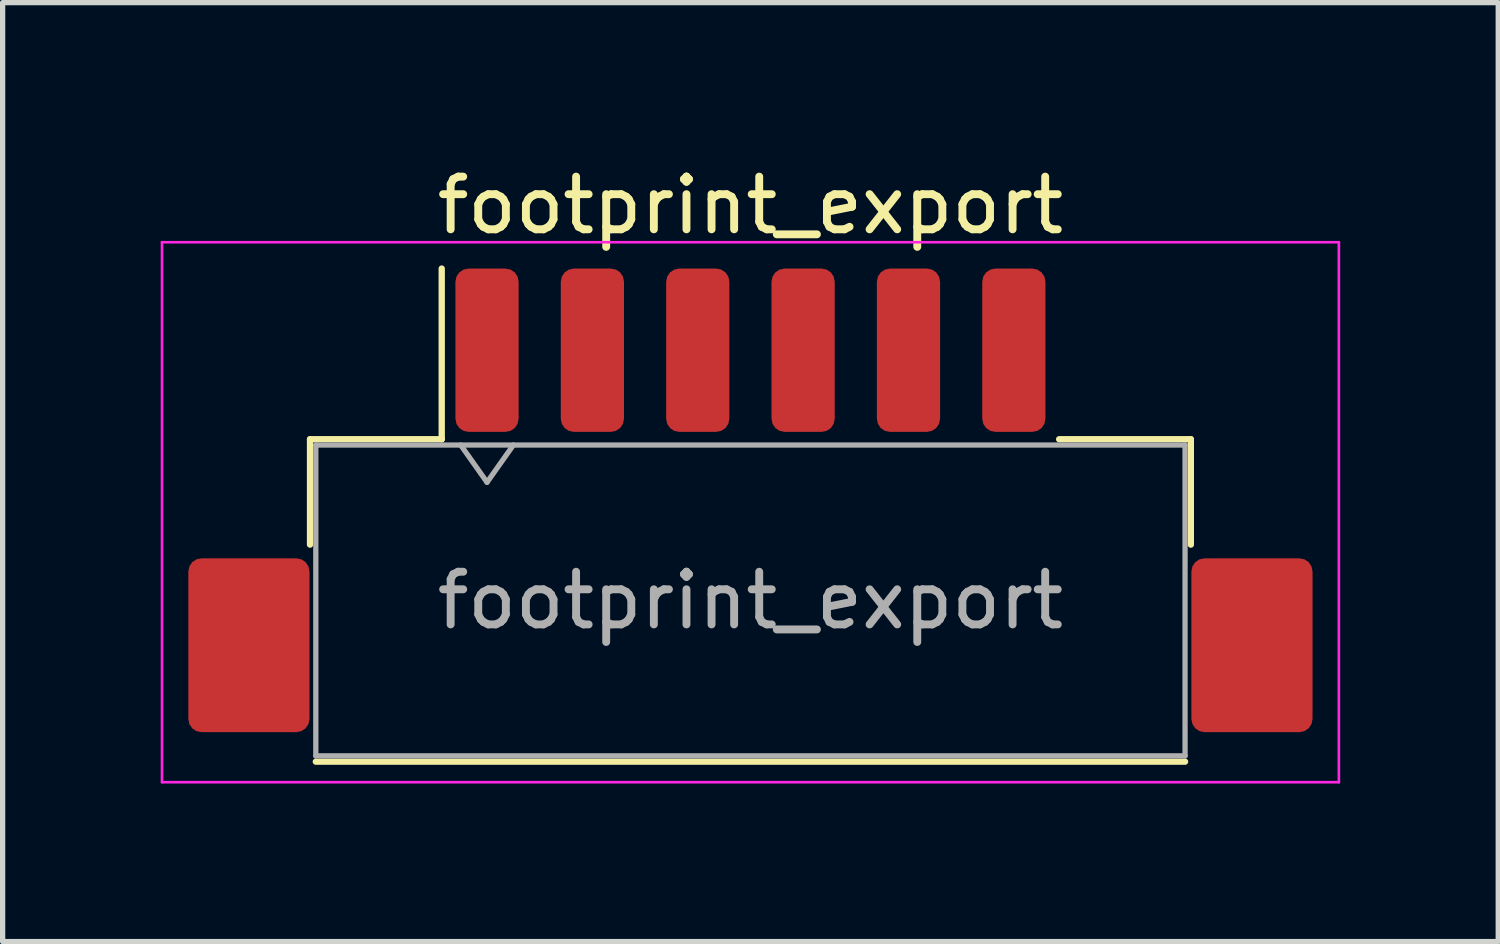
<source format=kicad_pcb>
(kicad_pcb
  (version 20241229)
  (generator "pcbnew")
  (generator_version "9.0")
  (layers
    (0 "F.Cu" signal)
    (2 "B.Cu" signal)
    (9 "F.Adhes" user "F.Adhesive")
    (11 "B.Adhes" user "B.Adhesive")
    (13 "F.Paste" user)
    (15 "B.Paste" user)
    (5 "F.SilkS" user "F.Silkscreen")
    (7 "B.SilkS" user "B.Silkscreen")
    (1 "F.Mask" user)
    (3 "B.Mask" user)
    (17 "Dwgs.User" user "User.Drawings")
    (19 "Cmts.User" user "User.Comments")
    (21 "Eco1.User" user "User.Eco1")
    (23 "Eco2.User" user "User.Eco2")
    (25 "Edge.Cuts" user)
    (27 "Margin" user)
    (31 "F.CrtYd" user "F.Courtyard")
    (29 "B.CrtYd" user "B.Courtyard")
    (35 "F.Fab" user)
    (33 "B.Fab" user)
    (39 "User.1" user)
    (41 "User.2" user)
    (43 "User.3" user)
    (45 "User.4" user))
  (footprint "footprint_export"
    (layer "F.Cu")
    (at 11.195 6.448)
    (property "Reference" "footprint_export" (at 0 -5.6 0) (layer "F.SilkS") (effects (font (size 1 1) (thickness 0.15))))
    (attr smd)
    (fp_line (start -8.36 -1.16) (end -5.86 -1.16) (stroke (width 0.12) (type solid)) (layer "F.SilkS"))
    (fp_line (start -8.36 0.84) (end -8.36 -1.16) (stroke (width 0.12) (type solid)) (layer "F.SilkS"))
    (fp_line (start -8.25 4.96) (end 8.25 4.96) (stroke (width 0.12) (type solid)) (layer "F.SilkS"))
    (fp_line (start -5.86 -1.16) (end -5.86 -4.4) (stroke (width 0.12) (type solid)) (layer "F.SilkS"))
    (fp_line (start 8.36 -1.16) (end 5.86 -1.16) (stroke (width 0.12) (type solid)) (layer "F.SilkS"))
    (fp_line (start 8.36 0.84) (end 8.36 -1.16) (stroke (width 0.12) (type solid)) (layer "F.SilkS"))
    (fp_line (start -11.17 -4.9) (end -11.17 5.35) (stroke (width 0.05) (type solid)) (layer "F.CrtYd"))
    (fp_line (start -11.17 5.35) (end 11.17 5.35) (stroke (width 0.05) (type solid)) (layer "F.CrtYd"))
    (fp_line (start 11.17 -4.9) (end -11.17 -4.9) (stroke (width 0.05) (type solid)) (layer "F.CrtYd"))
    (fp_line (start 11.17 5.35) (end 11.17 -4.9) (stroke (width 0.05) (type solid)) (layer "F.CrtYd"))
    (fp_line (start -8.25 -1.05) (end -8.25 4.85) (stroke (width 0.1) (type solid)) (layer "F.Fab"))
    (fp_line (start -8.25 -1.05) (end 8.25 -1.05) (stroke (width 0.1) (type solid)) (layer "F.Fab"))
    (fp_line (start -8.25 4.85) (end 8.25 4.85) (stroke (width 0.1) (type solid)) (layer "F.Fab"))
    (fp_line (start -5.5 -1.05) (end -5 -0.343) (stroke (width 0.1) (type solid)) (layer "F.Fab"))
    (fp_line (start -5 -0.343) (end -4.5 -1.05) (stroke (width 0.1) (type solid)) (layer "F.Fab"))
    (fp_line (start 8.25 -1.05) (end 8.25 4.85) (stroke (width 0.1) (type solid)) (layer "F.Fab"))
    (fp_text user "${REFERENCE}" (at 0 1.9 0) (layer "F.Fab") (effects (font (size 1 1) (thickness 0.15))))
    (pad "1" smd roundrect (at -5 -2.85) (size 1.2 3.1) (layers "F.Cu" "F.Mask" "F.Paste") (roundrect_rratio 0.208))
    (pad "2" smd roundrect (at -3 -2.85) (size 1.2 3.1) (layers "F.Cu" "F.Mask" "F.Paste") (roundrect_rratio 0.208))
    (pad "3" smd roundrect (at -1 -2.85) (size 1.2 3.1) (layers "F.Cu" "F.Mask" "F.Paste") (roundrect_rratio 0.208))
    (pad "4" smd roundrect (at 1 -2.85) (size 1.2 3.1) (layers "F.Cu" "F.Mask" "F.Paste") (roundrect_rratio 0.208))
    (pad "5" smd roundrect (at 3 -2.85) (size 1.2 3.1) (layers "F.Cu" "F.Mask" "F.Paste") (roundrect_rratio 0.208))
    (pad "6" smd roundrect (at 5 -2.85) (size 1.2 3.1) (layers "F.Cu" "F.Mask" "F.Paste") (roundrect_rratio 0.208))
    (pad "MP" smd roundrect (at -9.52 2.75) (size 2.3 3.3) (layers "F.Cu" "F.Mask" "F.Paste") (roundrect_rratio 0.109))
    (pad "MP" smd roundrect (at 9.52 2.75) (size 2.3 3.3) (layers "F.Cu" "F.Mask" "F.Paste") (roundrect_rratio 0.109)))
  (gr_rect
    (start -3 -3)
    (end 25.39 14.823)
    (stroke (width 0.1) (type default))
    (fill no)
    (layer "Edge.Cuts")))
</source>
